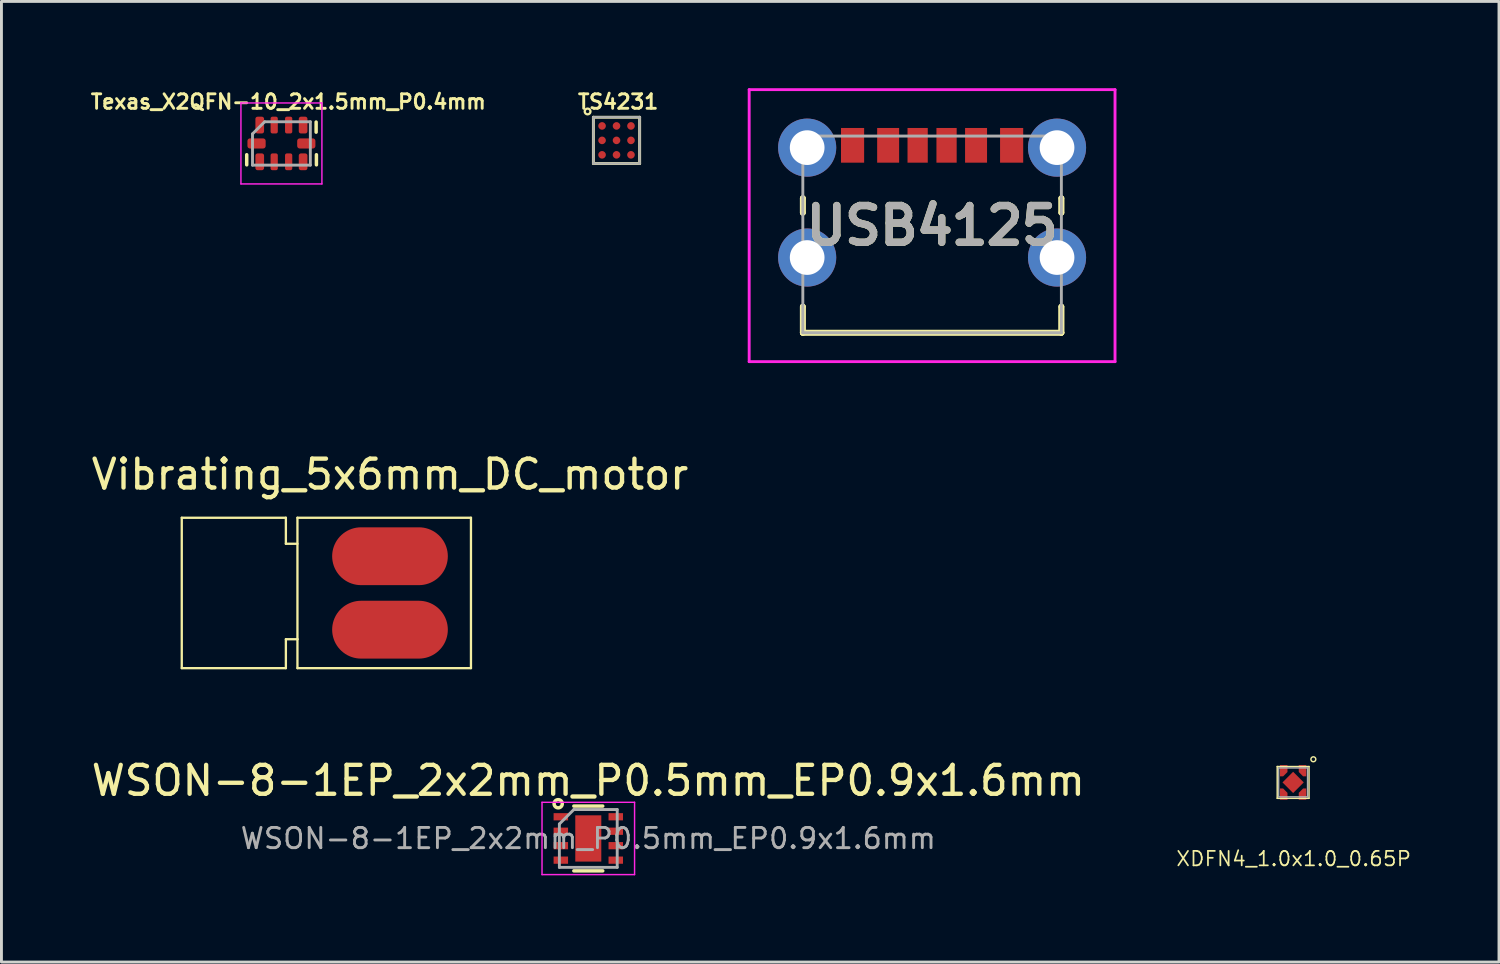
<source format=kicad_pcb>
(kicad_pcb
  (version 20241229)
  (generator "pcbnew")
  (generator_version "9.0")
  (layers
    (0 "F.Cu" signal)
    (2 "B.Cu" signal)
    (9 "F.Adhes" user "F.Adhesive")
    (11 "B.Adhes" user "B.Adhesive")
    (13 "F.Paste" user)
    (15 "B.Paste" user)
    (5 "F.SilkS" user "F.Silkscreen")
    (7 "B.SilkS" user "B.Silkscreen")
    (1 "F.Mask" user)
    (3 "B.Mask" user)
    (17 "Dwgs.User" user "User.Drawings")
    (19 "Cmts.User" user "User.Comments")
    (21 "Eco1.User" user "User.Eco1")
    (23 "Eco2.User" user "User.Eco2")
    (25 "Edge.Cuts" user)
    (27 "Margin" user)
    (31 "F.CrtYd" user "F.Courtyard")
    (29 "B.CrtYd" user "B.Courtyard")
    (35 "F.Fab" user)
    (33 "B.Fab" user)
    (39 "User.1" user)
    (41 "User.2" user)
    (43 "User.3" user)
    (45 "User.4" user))
  (footprint "USB4125"
    (layer "F.Cu")
    (at 29.18 5.855)
    (property "Reference" "USB4125" (at 0 -1.102 0) (layer "F.SilkS") (effects (font (size 1.27 1.27) (thickness 0.254))))
    (attr through_hole)
    (fp_line (start -4.47 -2.05) (end -4.47 -2.05) (stroke (width 0.2) (type solid)) (layer "F.SilkS"))
    (fp_line (start -4.47 -2.05) (end -4.47 -1.55) (stroke (width 0.2) (type solid)) (layer "F.SilkS"))
    (fp_line (start -4.47 -1.55) (end -4.47 -2.05) (stroke (width 0.2) (type solid)) (layer "F.SilkS"))
    (fp_line (start -4.47 -1.55) (end -4.47 -1.55) (stroke (width 0.2) (type solid)) (layer "F.SilkS"))
    (fp_line (start -4.47 1.7) (end -4.47 1.7) (stroke (width 0.2) (type solid)) (layer "F.SilkS"))
    (fp_line (start -4.47 1.7) (end -4.47 2.6) (stroke (width 0.2) (type solid)) (layer "F.SilkS"))
    (fp_line (start -4.47 2.6) (end -4.47 1.7) (stroke (width 0.2) (type solid)) (layer "F.SilkS"))
    (fp_line (start -4.47 2.6) (end -4.47 2.6) (stroke (width 0.2) (type solid)) (layer "F.SilkS"))
    (fp_line (start -4.47 2.6) (end -4.47 2.6) (stroke (width 0.2) (type solid)) (layer "F.SilkS"))
    (fp_line (start -4.47 2.6) (end 4.47 2.6) (stroke (width 0.2) (type solid)) (layer "F.SilkS"))
    (fp_line (start 4.47 -2.05) (end 4.47 -2.05) (stroke (width 0.2) (type solid)) (layer "F.SilkS"))
    (fp_line (start 4.47 -2.05) (end 4.47 -1.55) (stroke (width 0.2) (type solid)) (layer "F.SilkS"))
    (fp_line (start 4.47 -1.55) (end 4.47 -2.05) (stroke (width 0.2) (type solid)) (layer "F.SilkS"))
    (fp_line (start 4.47 -1.55) (end 4.47 -1.55) (stroke (width 0.2) (type solid)) (layer "F.SilkS"))
    (fp_line (start 4.47 1.7) (end 4.47 1.7) (stroke (width 0.2) (type solid)) (layer "F.SilkS"))
    (fp_line (start 4.47 1.7) (end 4.47 2.6) (stroke (width 0.2) (type solid)) (layer "F.SilkS"))
    (fp_line (start 4.47 2.6) (end -4.47 2.6) (stroke (width 0.2) (type solid)) (layer "F.SilkS"))
    (fp_line (start 4.47 2.6) (end 4.47 1.7) (stroke (width 0.2) (type solid)) (layer "F.SilkS"))
    (fp_line (start 4.47 2.6) (end 4.47 2.6) (stroke (width 0.2) (type solid)) (layer "F.SilkS"))
    (fp_line (start 4.47 2.6) (end 4.47 2.6) (stroke (width 0.2) (type solid)) (layer "F.SilkS"))
    (fp_line (start -6.325 -5.805) (end 6.325 -5.805) (stroke (width 0.1) (type solid)) (layer "F.CrtYd"))
    (fp_line (start -6.325 3.6) (end -6.325 -5.805) (stroke (width 0.1) (type solid)) (layer "F.CrtYd"))
    (fp_line (start 6.325 -5.805) (end 6.325 3.6) (stroke (width 0.1) (type solid)) (layer "F.CrtYd"))
    (fp_line (start 6.325 3.6) (end -6.325 3.6) (stroke (width 0.1) (type solid)) (layer "F.CrtYd"))
    (fp_line (start -4.47 -4.2) (end -4.47 2.6) (stroke (width 0.1) (type solid)) (layer "F.Fab"))
    (fp_line (start -4.47 2.6) (end 4.47 2.6) (stroke (width 0.1) (type solid)) (layer "F.Fab"))
    (fp_line (start 4.47 -4.2) (end -4.47 -4.2) (stroke (width 0.1) (type solid)) (layer "F.Fab"))
    (fp_line (start 4.47 2.6) (end 4.47 -4.2) (stroke (width 0.1) (type solid)) (layer "F.Fab"))
    (fp_text user "${REFERENCE}" (at 0 -1.102 0) (layer "F.Fab") (effects (font (size 1.27 1.27) (thickness 0.254))))
    (pad "A5" smd rect (at -0.5 -3.88) (size 0.7 1.2) (layers "F.Cu" "F.Mask" "F.Paste"))
    (pad "A9" smd rect (at 1.52 -3.88) (size 0.76 1.2) (layers "F.Cu" "F.Mask" "F.Paste"))
    (pad "A12" smd rect (at 2.75 -3.88) (size 0.8 1.2) (layers "F.Cu" "F.Mask" "F.Paste"))
    (pad "B5" smd rect (at 0.5 -3.88) (size 0.7 1.2) (layers "F.Cu" "F.Mask" "F.Paste"))
    (pad "B9" smd rect (at -1.52 -3.88) (size 0.76 1.2) (layers "F.Cu" "F.Mask" "F.Paste"))
    (pad "B12" smd rect (at -2.75 -3.88) (size 0.8 1.2) (layers "F.Cu" "F.Mask" "F.Paste"))
    (pad "MH1" thru_hole circle (at -4.32 -3.8) (size 2.01 2.01) (drill 1.2) (layers "*.Cu" "*.Mask"))
    (pad "MH2" thru_hole circle (at 4.32 -3.8) (size 2.01 2.01) (drill 1.2) (layers "*.Cu" "*.Mask"))
    (pad "MH3" thru_hole circle (at 4.32 0) (size 2.01 2.01) (drill 1.2) (layers "*.Cu" "*.Mask"))
    (pad "MH4" thru_hole circle (at -4.32 0) (size 2.01 2.01) (drill 1.2) (layers "*.Cu" "*.Mask")))
  (footprint "XDFN4_1.0x1.0_0.65P"
    (layer "F.Cu")
    (at 41.663 24.004)
    (property "Reference" "XDFN4_1.0x1.0_0.65P" (at 0.02 2.64 0) (layer "F.SilkS") (effects (font (size 0.5 0.5) (thickness 0.06))))
    (attr through_hole)
    (fp_line (start -0.55 -0.55) (end 0.55 -0.55) (stroke (width 0.05) (type solid)) (layer "F.SilkS"))
    (fp_line (start -0.55 0.55) (end -0.55 -0.55) (stroke (width 0.05) (type solid)) (layer "F.SilkS"))
    (fp_line (start 0.55 -0.55) (end 0.55 0.55) (stroke (width 0.05) (type solid)) (layer "F.SilkS"))
    (fp_line (start 0.55 0.55) (end -0.55 0.55) (stroke (width 0.05) (type solid)) (layer "F.SilkS"))
    (fp_circle (center 0.7 -0.8) (end 0.78 -0.77) (stroke (width 0.05) (type solid)) (fill no) (layer "F.SilkS"))
    (fp_line (start -0.5 -0.5) (end 0.5 -0.5) (stroke (width 0.05) (type solid)) (layer "F.Fab"))
    (fp_line (start -0.5 0.5) (end -0.5 -0.5) (stroke (width 0.05) (type solid)) (layer "F.Fab"))
    (fp_line (start 0.5 -0.5) (end 0.5 0.5) (stroke (width 0.05) (type solid)) (layer "F.Fab"))
    (fp_line (start 0.5 0.5) (end -0.5 0.5) (stroke (width 0.05) (type solid)) (layer "F.Fab"))
    (pad "1" smd custom (at 0.325 -0.48) (size 0.26 0.24) (layers "F.Cu" "F.Mask" "F.Paste") (options (anchor rect)) (primitives (gr_poly (pts (xy 0.13 -0.12) (xy 0.13 0.27) (xy 0.02 0.27) (xy -0.13 0.12) (xy -0.13 -0.12)) (width 0) (fill yes))))
    (pad "2" smd custom (at -0.325 -0.48) (size 0.26 0.24) (layers "F.Cu" "F.Mask" "F.Paste") (options (anchor rect)) (primitives (gr_poly (pts (xy 0.13 -0.12) (xy 0.13 0.12) (xy -0.02 0.27) (xy -0.13 0.27) (xy -0.13 -0.12)) (width 0) (fill yes))))
    (pad "3" smd custom (at -0.325 0.48 180) (size 0.26 0.24) (layers "F.Cu" "F.Mask" "F.Paste") (options (anchor rect)) (primitives (gr_poly (pts (xy 0.13 -0.12) (xy 0.13 0.27) (xy 0.02 0.27) (xy -0.13 0.12) (xy -0.13 -0.12)) (width 0) (fill yes))))
    (pad "4" smd custom (at 0.325 0.48 180) (size 0.26 0.24) (layers "F.Cu" "F.Mask" "F.Paste") (options (anchor rect)) (primitives (gr_poly (pts (xy 0.13 -0.12) (xy 0.13 0.12) (xy -0.02 0.27) (xy -0.13 0.27) (xy -0.13 -0.12)) (width 0) (fill yes))))
    (pad "5" smd rect (at 0 0 45) (size 0.52 0.52) (layers "F.Cu" "F.Mask" "F.Paste")))
  (footprint "WSON-8-1EP_2x2mm_P0.5mm_EP0.9x1.6mm"
    (layer "F.Cu")
    (at 17.292 25.942)
    (property "Reference" "WSON-8-1EP_2x2mm_P0.5mm_EP0.9x1.6mm" (at 0 -2 0) (layer "F.SilkS") (effects (font (size 1 1) (thickness 0.15))))
    (attr smd)
    (fp_line (start -0.5 -1.12) (end 0.5 -1.12) (stroke (width 0.12) (type solid)) (layer "F.SilkS"))
    (fp_line (start 0.5 1.12) (end -0.5 1.12) (stroke (width 0.12) (type solid)) (layer "F.SilkS"))
    (fp_circle (center -1.041 -1.2) (end -0.941 -1.1) (stroke (width 0.12) (type solid)) (fill no) (layer "F.SilkS"))
    (fp_line (start -1.6 -1.25) (end -1.6 1.25) (stroke (width 0.05) (type solid)) (layer "F.CrtYd"))
    (fp_line (start -1.6 -1.25) (end 1.6 -1.25) (stroke (width 0.05) (type solid)) (layer "F.CrtYd"))
    (fp_line (start -1.6 1.25) (end 1.6 1.25) (stroke (width 0.05) (type solid)) (layer "F.CrtYd"))
    (fp_line (start 1.6 -1.25) (end 1.6 1.25) (stroke (width 0.05) (type solid)) (layer "F.CrtYd"))
    (fp_line (start -1 1) (end -1 -0.5) (stroke (width 0.1) (type solid)) (layer "F.Fab"))
    (fp_line (start -0.5 -1) (end -1 -0.5) (stroke (width 0.1) (type solid)) (layer "F.Fab"))
    (fp_line (start -0.5 -1) (end 1 -1) (stroke (width 0.1) (type solid)) (layer "F.Fab"))
    (fp_line (start 1 -1) (end 1 1) (stroke (width 0.1) (type solid)) (layer "F.Fab"))
    (fp_line (start 1 1) (end -1 1) (stroke (width 0.1) (type solid)) (layer "F.Fab"))
    (fp_text user "${REFERENCE}" (at 0 0 0) (layer "F.Fab") (effects (font (size 0.7 0.7) (thickness 0.1))))
    (pad "" smd rect (at 0 -0.4) (size 0.75 0.65) (layers "F.Paste"))
    (pad "" smd rect (at 0 0.4) (size 0.75 0.65) (layers "F.Paste"))
    (pad "1" smd rect (at -0.95 -0.75) (size 0.5 0.25) (layers "F.Cu" "F.Mask" "F.Paste"))
    (pad "2" smd rect (at -0.95 -0.25) (size 0.5 0.25) (layers "F.Cu" "F.Mask" "F.Paste"))
    (pad "3" smd rect (at -0.95 0.25) (size 0.5 0.25) (layers "F.Cu" "F.Mask" "F.Paste"))
    (pad "4" smd rect (at -0.95 0.75) (size 0.5 0.25) (layers "F.Cu" "F.Mask" "F.Paste"))
    (pad "5" smd rect (at 0.95 0.75) (size 0.5 0.25) (layers "F.Cu" "F.Mask" "F.Paste"))
    (pad "6" smd rect (at 0.95 0.25) (size 0.5 0.25) (layers "F.Cu" "F.Mask" "F.Paste"))
    (pad "7" smd rect (at 0.95 -0.25) (size 0.5 0.25) (layers "F.Cu" "F.Mask" "F.Paste"))
    (pad "8" smd rect (at 0.95 -0.75) (size 0.5 0.25) (layers "F.Cu" "F.Mask" "F.Paste"))
    (pad "9" smd rect (at 0 0) (size 0.9 1.6) (layers "F.Cu" "F.Mask")))
  (footprint "TS4231"
    (layer "F.Cu")
    (at 18.268 1.804)
    (property "Reference" "TS4231" (at 0.056 -1.336 0) (layer "F.SilkS") (effects (font (size 0.5 0.5) (thickness 0.1))))
    (attr through_hole)
    (fp_line (start -0.8 -0.8) (end 0.8 -0.8) (stroke (width 0.1) (type solid)) (layer "F.SilkS"))
    (fp_line (start -0.8 0.8) (end -0.8 -0.8) (stroke (width 0.1) (type solid)) (layer "F.SilkS"))
    (fp_line (start 0.8 -0.8) (end 0.8 0.8) (stroke (width 0.1) (type solid)) (layer "F.SilkS"))
    (fp_line (start 0.8 0.8) (end -0.8 0.8) (stroke (width 0.1) (type solid)) (layer "F.SilkS"))
    (fp_circle (center -1 -1) (end -0.9 -1) (stroke (width 0.08) (type solid)) (fill no) (layer "F.SilkS"))
    (fp_line (start -0.8 -0.8) (end 0.8 -0.8) (stroke (width 0.08) (type solid)) (layer "F.Fab"))
    (fp_line (start -0.8 0.8) (end -0.8 -0.8) (stroke (width 0.08) (type solid)) (layer "F.Fab"))
    (fp_line (start 0.8 -0.8) (end 0.8 0.8) (stroke (width 0.08) (type solid)) (layer "F.Fab"))
    (fp_line (start 0.8 0.8) (end -0.8 0.8) (stroke (width 0.08) (type solid)) (layer "F.Fab"))
    (pad "1" smd circle (at -0.5 -0.5) (size 0.262 0.262) (layers "F.Cu" "F.Mask" "F.Paste"))
    (pad "2" smd circle (at 0 -0.5) (size 0.262 0.262) (layers "F.Cu" "F.Mask" "F.Paste"))
    (pad "3" smd circle (at 0.5 -0.5) (size 0.262 0.262) (layers "F.Cu" "F.Mask" "F.Paste"))
    (pad "4" smd circle (at -0.5 0) (size 0.262 0.262) (layers "F.Cu" "F.Mask" "F.Paste"))
    (pad "5" smd circle (at 0 0) (size 0.262 0.262) (layers "F.Cu" "F.Mask" "F.Paste"))
    (pad "6" smd circle (at 0.5 0) (size 0.262 0.262) (layers "F.Cu" "F.Mask" "F.Paste"))
    (pad "7" smd circle (at -0.5 0.5) (size 0.262 0.262) (layers "F.Cu" "F.Mask" "F.Paste"))
    (pad "8" smd circle (at 0 0.5) (size 0.262 0.262) (layers "F.Cu" "F.Mask" "F.Paste"))
    (pad "9" smd circle (at 0.5 0.5) (size 0.262 0.262) (layers "F.Cu" "F.Mask" "F.Paste")))
  (footprint "Vibrating_5x6mm_DC_motor"
    (layer "F.Cu")
    (at 10.435 17.453)
    (property "Reference" "Vibrating_5x6mm_DC_motor" (at 0 -4.1 0) (layer "F.SilkS") (effects (font (size 1 1) (thickness 0.15))))
    (attr through_hole)
    (fp_line (start -7.2 -2.6) (end -3.6 -2.6) (stroke (width 0.08) (type solid)) (layer "F.SilkS"))
    (fp_line (start -7.2 2.6) (end -7.2 -2.6) (stroke (width 0.08) (type solid)) (layer "F.SilkS"))
    (fp_line (start -3.6 -2.6) (end -3.6 -1.7) (stroke (width 0.08) (type solid)) (layer "F.SilkS"))
    (fp_line (start -3.6 -1.7) (end -3.2 -1.7) (stroke (width 0.08) (type solid)) (layer "F.SilkS"))
    (fp_line (start -3.6 1.6) (end -3.6 2.6) (stroke (width 0.08) (type solid)) (layer "F.SilkS"))
    (fp_line (start -3.6 2.6) (end -7.2 2.6) (stroke (width 0.08) (type solid)) (layer "F.SilkS"))
    (fp_line (start -3.2 -2.6) (end 2.8 -2.6) (stroke (width 0.08) (type solid)) (layer "F.SilkS"))
    (fp_line (start -3.2 1.6) (end -3.6 1.6) (stroke (width 0.08) (type solid)) (layer "F.SilkS"))
    (fp_line (start -3.2 1.6) (end -3.2 -2.6) (stroke (width 0.08) (type solid)) (layer "F.SilkS"))
    (fp_line (start -3.2 2.6) (end -3.2 1.6) (stroke (width 0.08) (type solid)) (layer "F.SilkS"))
    (fp_line (start 2.8 -2.6) (end 2.8 2.6) (stroke (width 0.08) (type solid)) (layer "F.SilkS"))
    (fp_line (start 2.8 2.6) (end -3.2 2.6) (stroke (width 0.08) (type solid)) (layer "F.SilkS"))
    (pad "1" smd oval (at 0 1.27) (size 4 2) (layers "F.Cu" "F.Mask"))
    (pad "2" smd oval (at 0 -1.27) (size 4 2) (layers "F.Cu" "F.Mask")))
  (footprint "Texas_X2QFN-10_2x1.5mm_P0.4mm"
    (layer "F.Cu")
    (at 6.681 1.91)
    (property "Reference" "Texas_X2QFN-10_2x1.5mm_P0.4mm" (at 0.24 -1.442 0) (layer "F.SilkS") (effects (font (size 0.5 0.5) (thickness 0.1))))
    (attr smd)
    (fp_line (start -1.2 0.74) (end -1.2 0.39) (stroke (width 0.12) (type solid)) (layer "F.SilkS"))
    (fp_line (start 1.2 -0.74) (end 1.2 -0.39) (stroke (width 0.12) (type solid)) (layer "F.SilkS"))
    (fp_line (start 1.21 0.74) (end 1.21 0.39) (stroke (width 0.12) (type solid)) (layer "F.SilkS"))
    (fp_line (start -1.4 -1.4) (end -1.4 1.4) (stroke (width 0.05) (type solid)) (layer "F.CrtYd"))
    (fp_line (start -1.4 1.4) (end 1.4 1.4) (stroke (width 0.05) (type solid)) (layer "F.CrtYd"))
    (fp_line (start 1.4 -1.4) (end -1.4 -1.4) (stroke (width 0.05) (type solid)) (layer "F.CrtYd"))
    (fp_line (start 1.4 1.4) (end 1.4 -1.4) (stroke (width 0.05) (type solid)) (layer "F.CrtYd"))
    (fp_line (start -1 -0.33) (end -0.58 -0.75) (stroke (width 0.1) (type solid)) (layer "F.Fab"))
    (fp_line (start -1 0.75) (end -1 -0.33) (stroke (width 0.1) (type solid)) (layer "F.Fab"))
    (fp_line (start -0.57 -0.75) (end 1 -0.75) (stroke (width 0.1) (type solid)) (layer "F.Fab"))
    (fp_line (start 1 -0.75) (end 1 0.75) (stroke (width 0.1) (type solid)) (layer "F.Fab"))
    (fp_line (start 1 0.75) (end -1 0.75) (stroke (width 0.1) (type solid)) (layer "F.Fab"))
    (pad "1" smd roundrect (at -0.75 0.635) (size 0.3 0.58) (layers "F.Cu" "F.Mask" "F.Paste") (roundrect_rratio 0.25))
    (pad "2" smd roundrect (at -0.25 0.635) (size 0.25 0.58) (layers "F.Cu" "F.Mask" "F.Paste") (roundrect_rratio 0.25))
    (pad "3" smd roundrect (at 0.25 0.635) (size 0.25 0.58) (layers "F.Cu" "F.Mask" "F.Paste") (roundrect_rratio 0.25))
    (pad "4" smd roundrect (at 0.75 0.635) (size 0.3 0.58) (layers "F.Cu" "F.Mask" "F.Paste") (roundrect_rratio 0.25))
    (pad "5" smd roundrect (at 0.86 0) (size 0.63 0.35) (layers "F.Cu" "F.Mask" "F.Paste") (roundrect_rratio 0.25))
    (pad "6" smd roundrect (at 0.75 -0.635) (size 0.3 0.58) (layers "F.Cu" "F.Mask" "F.Paste") (roundrect_rratio 0.25))
    (pad "7" smd roundrect (at 0.25 -0.635) (size 0.25 0.58) (layers "F.Cu" "F.Mask" "F.Paste") (roundrect_rratio 0.25))
    (pad "8" smd roundrect (at -0.25 -0.635) (size 0.25 0.58) (layers "F.Cu" "F.Mask" "F.Paste") (roundrect_rratio 0.25))
    (pad "9" smd roundrect (at -0.75 -0.635) (size 0.3 0.58) (layers "F.Cu" "F.Mask" "F.Paste") (roundrect_rratio 0.25))
    (pad "10" smd roundrect (at -0.86 0) (size 0.63 0.35) (layers "F.Cu" "F.Mask" "F.Paste") (roundrect_rratio 0.25)))
  (gr_rect
    (start -3 -3)
    (end 48.782 30.216)
    (stroke (width 0.1) (type default))
    (fill no)
    (layer "Edge.Cuts")))
</source>
